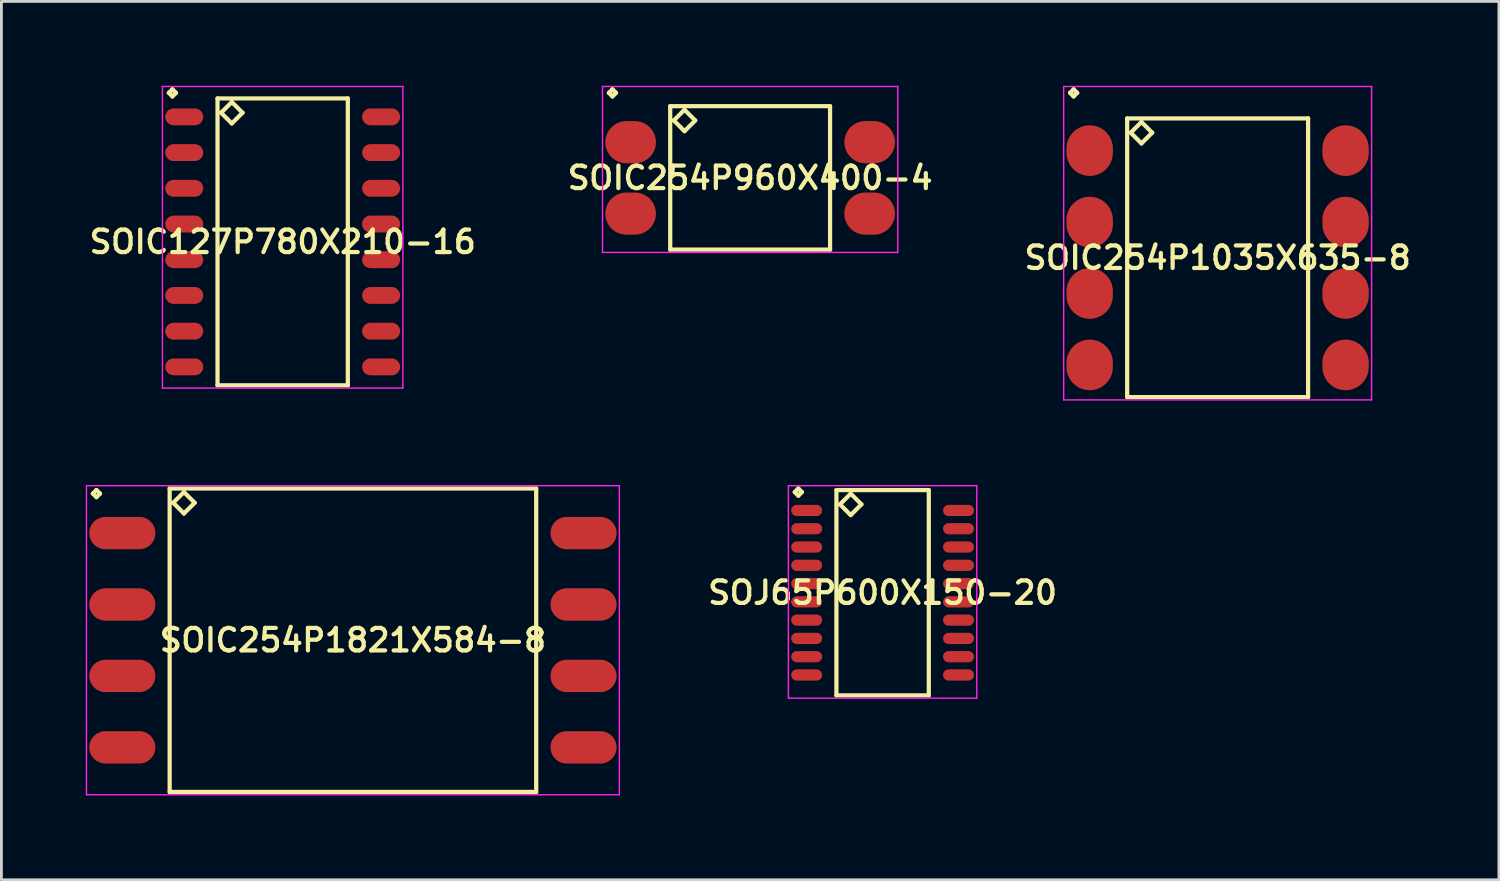
<source format=kicad_pcb>
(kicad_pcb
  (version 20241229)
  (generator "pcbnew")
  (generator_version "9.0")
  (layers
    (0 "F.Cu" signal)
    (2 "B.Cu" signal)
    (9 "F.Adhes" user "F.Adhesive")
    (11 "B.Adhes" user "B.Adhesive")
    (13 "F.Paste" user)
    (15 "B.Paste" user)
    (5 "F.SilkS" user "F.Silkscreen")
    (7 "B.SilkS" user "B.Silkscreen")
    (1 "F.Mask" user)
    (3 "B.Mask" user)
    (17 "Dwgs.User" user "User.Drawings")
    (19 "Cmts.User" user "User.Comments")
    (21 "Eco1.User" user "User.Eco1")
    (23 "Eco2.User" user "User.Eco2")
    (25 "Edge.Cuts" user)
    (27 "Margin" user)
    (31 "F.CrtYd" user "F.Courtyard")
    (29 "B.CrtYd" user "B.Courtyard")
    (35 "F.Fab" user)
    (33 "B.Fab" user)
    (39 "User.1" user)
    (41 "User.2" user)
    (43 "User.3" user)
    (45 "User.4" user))
  (footprint "SOJ65P600X150-20"
    (layer "F.Cu")
    (at 28.335 18.027)
    (property "Reference" "SOJ65P600X150-20" (at 0 0 0) (layer "F.SilkS") (effects (font (size 0.8 0.8) (thickness 0.15))))
    (attr smd)
    (fp_line (start -3.123 -3.579) (end -2.996 -3.706) (stroke (width 0.15) (type solid)) (layer "F.SilkS"))
    (fp_line (start -2.996 -3.706) (end -2.869 -3.579) (stroke (width 0.15) (type solid)) (layer "F.SilkS"))
    (fp_line (start -2.996 -3.452) (end -3.123 -3.579) (stroke (width 0.15) (type solid)) (layer "F.SilkS"))
    (fp_line (start -2.869 -3.579) (end -2.996 -3.452) (stroke (width 0.15) (type solid)) (layer "F.SilkS"))
    (fp_line (start -1.642 -3.65) (end -1.642 3.65) (stroke (width 0.15) (type solid)) (layer "F.SilkS"))
    (fp_line (start -1.642 3.65) (end 1.642 3.65) (stroke (width 0.15) (type solid)) (layer "F.SilkS"))
    (fp_line (start -1.515 -3.142) (end -1.134 -3.523) (stroke (width 0.15) (type solid)) (layer "F.SilkS"))
    (fp_line (start -1.134 -3.523) (end -0.753 -3.142) (stroke (width 0.15) (type solid)) (layer "F.SilkS"))
    (fp_line (start -1.134 -2.761) (end -1.515 -3.142) (stroke (width 0.15) (type solid)) (layer "F.SilkS"))
    (fp_line (start -0.753 -3.142) (end -1.134 -2.761) (stroke (width 0.15) (type solid)) (layer "F.SilkS"))
    (fp_line (start 1.642 -3.65) (end -1.642 -3.65) (stroke (width 0.15) (type solid)) (layer "F.SilkS"))
    (fp_line (start 1.642 3.65) (end 1.642 -3.65) (stroke (width 0.15) (type solid)) (layer "F.SilkS"))
    (fp_line (start -3.35 -3.806) (end 3.35 -3.806) (stroke (width 0.05) (type solid)) (layer "F.CrtYd"))
    (fp_line (start -3.35 3.75) (end -3.35 -3.806) (stroke (width 0.05) (type solid)) (layer "F.CrtYd"))
    (fp_line (start 3.35 -3.806) (end 3.35 3.75) (stroke (width 0.05) (type solid)) (layer "F.CrtYd"))
    (fp_line (start 3.35 3.75) (end -3.35 3.75) (stroke (width 0.05) (type solid)) (layer "F.CrtYd"))
    (pad "1" smd oval (at -2.7 -2.925) (size 1.1 0.4) (layers "F.Cu" "F.Mask" "F.Paste"))
    (pad "2" smd oval (at -2.7 -2.275) (size 1.1 0.4) (layers "F.Cu" "F.Mask" "F.Paste"))
    (pad "3" smd oval (at -2.7 -1.625) (size 1.1 0.4) (layers "F.Cu" "F.Mask" "F.Paste"))
    (pad "4" smd oval (at -2.7 -0.975) (size 1.1 0.4) (layers "F.Cu" "F.Mask" "F.Paste"))
    (pad "5" smd oval (at -2.7 -0.325) (size 1.1 0.4) (layers "F.Cu" "F.Mask" "F.Paste"))
    (pad "6" smd oval (at -2.7 0.325) (size 1.1 0.4) (layers "F.Cu" "F.Mask" "F.Paste"))
    (pad "7" smd oval (at -2.7 0.975) (size 1.1 0.4) (layers "F.Cu" "F.Mask" "F.Paste"))
    (pad "8" smd oval (at -2.7 1.625) (size 1.1 0.4) (layers "F.Cu" "F.Mask" "F.Paste"))
    (pad "9" smd oval (at -2.7 2.275) (size 1.1 0.4) (layers "F.Cu" "F.Mask" "F.Paste"))
    (pad "10" smd oval (at -2.7 2.925) (size 1.1 0.4) (layers "F.Cu" "F.Mask" "F.Paste"))
    (pad "11" smd oval (at 2.7 2.925) (size 1.1 0.4) (layers "F.Cu" "F.Mask" "F.Paste"))
    (pad "12" smd oval (at 2.7 2.275) (size 1.1 0.4) (layers "F.Cu" "F.Mask" "F.Paste"))
    (pad "13" smd oval (at 2.7 1.625) (size 1.1 0.4) (layers "F.Cu" "F.Mask" "F.Paste"))
    (pad "14" smd oval (at 2.7 0.975) (size 1.1 0.4) (layers "F.Cu" "F.Mask" "F.Paste"))
    (pad "15" smd oval (at 2.7 0.325) (size 1.1 0.4) (layers "F.Cu" "F.Mask" "F.Paste"))
    (pad "16" smd oval (at 2.7 -0.325) (size 1.1 0.4) (layers "F.Cu" "F.Mask" "F.Paste"))
    (pad "17" smd oval (at 2.7 -0.975) (size 1.1 0.4) (layers "F.Cu" "F.Mask" "F.Paste"))
    (pad "18" smd oval (at 2.7 -1.625) (size 1.1 0.4) (layers "F.Cu" "F.Mask" "F.Paste"))
    (pad "19" smd oval (at 2.7 -2.275) (size 1.1 0.4) (layers "F.Cu" "F.Mask" "F.Paste"))
    (pad "20" smd oval (at 2.7 -2.925) (size 1.1 0.4) (layers "F.Cu" "F.Mask" "F.Paste")))
  (footprint "SOIC254P1821X584-8"
    (layer "F.Cu")
    (at 9.5 19.716)
    (property "Reference" "SOIC254P1821X584-8" (at 0 0 0) (layer "F.SilkS") (effects (font (size 0.8 0.8) (thickness 0.15))))
    (attr smd)
    (fp_line (start -9.248 -5.214) (end -9.121 -5.341) (stroke (width 0.15) (type solid)) (layer "F.SilkS"))
    (fp_line (start -9.121 -5.341) (end -8.994 -5.214) (stroke (width 0.15) (type solid)) (layer "F.SilkS"))
    (fp_line (start -9.121 -5.087) (end -9.248 -5.214) (stroke (width 0.15) (type solid)) (layer "F.SilkS"))
    (fp_line (start -8.994 -5.214) (end -9.121 -5.087) (stroke (width 0.15) (type solid)) (layer "F.SilkS"))
    (fp_line (start -6.517 -5.395) (end -6.517 5.395) (stroke (width 0.15) (type solid)) (layer "F.SilkS"))
    (fp_line (start -6.517 5.395) (end 6.517 5.395) (stroke (width 0.15) (type solid)) (layer "F.SilkS"))
    (fp_line (start -6.39 -4.887) (end -6.009 -5.268) (stroke (width 0.15) (type solid)) (layer "F.SilkS"))
    (fp_line (start -6.009 -5.268) (end -5.628 -4.887) (stroke (width 0.15) (type solid)) (layer "F.SilkS"))
    (fp_line (start -6.009 -4.506) (end -6.39 -4.887) (stroke (width 0.15) (type solid)) (layer "F.SilkS"))
    (fp_line (start -5.628 -4.887) (end -6.009 -4.506) (stroke (width 0.15) (type solid)) (layer "F.SilkS"))
    (fp_line (start 6.517 -5.395) (end -6.517 -5.395) (stroke (width 0.15) (type solid)) (layer "F.SilkS"))
    (fp_line (start 6.517 5.395) (end 6.517 -5.395) (stroke (width 0.15) (type solid)) (layer "F.SilkS"))
    (fp_line (start -9.475 -5.495) (end 9.475 -5.495) (stroke (width 0.05) (type solid)) (layer "F.CrtYd"))
    (fp_line (start -9.475 5.495) (end -9.475 -5.495) (stroke (width 0.05) (type solid)) (layer "F.CrtYd"))
    (fp_line (start 9.475 -5.495) (end 9.475 5.495) (stroke (width 0.05) (type solid)) (layer "F.CrtYd"))
    (fp_line (start 9.475 5.495) (end -9.475 5.495) (stroke (width 0.05) (type solid)) (layer "F.CrtYd"))
    (pad "1" smd oval (at -8.2 -3.81) (size 2.35 1.15) (layers "F.Cu" "F.Mask" "F.Paste"))
    (pad "2" smd oval (at -8.2 -1.27) (size 2.35 1.15) (layers "F.Cu" "F.Mask" "F.Paste"))
    (pad "3" smd oval (at -8.2 1.27) (size 2.35 1.15) (layers "F.Cu" "F.Mask" "F.Paste"))
    (pad "4" smd oval (at -8.2 3.81) (size 2.35 1.15) (layers "F.Cu" "F.Mask" "F.Paste"))
    (pad "5" smd oval (at 8.2 3.81) (size 2.35 1.15) (layers "F.Cu" "F.Mask" "F.Paste"))
    (pad "6" smd oval (at 8.2 1.27) (size 2.35 1.15) (layers "F.Cu" "F.Mask" "F.Paste"))
    (pad "7" smd oval (at 8.2 -1.27) (size 2.35 1.15) (layers "F.Cu" "F.Mask" "F.Paste"))
    (pad "8" smd oval (at 8.2 -3.81) (size 2.35 1.15) (layers "F.Cu" "F.Mask" "F.Paste")))
  (footprint "SOIC254P960X400-4"
    (layer "F.Cu")
    (at 23.625 3.276)
    (property "Reference" "SOIC254P960X400-4" (at 0 0 0) (layer "F.SilkS") (effects (font (size 0.8 0.8) (thickness 0.15))))
    (attr smd)
    (fp_line (start -5.023 -3.024) (end -4.896 -3.151) (stroke (width 0.15) (type solid)) (layer "F.SilkS"))
    (fp_line (start -4.896 -3.151) (end -4.769 -3.024) (stroke (width 0.15) (type solid)) (layer "F.SilkS"))
    (fp_line (start -4.896 -2.897) (end -5.023 -3.024) (stroke (width 0.15) (type solid)) (layer "F.SilkS"))
    (fp_line (start -4.769 -3.024) (end -4.896 -2.897) (stroke (width 0.15) (type solid)) (layer "F.SilkS"))
    (fp_line (start -2.842 -2.55) (end -2.842 2.55) (stroke (width 0.15) (type solid)) (layer "F.SilkS"))
    (fp_line (start -2.842 2.55) (end 2.842 2.55) (stroke (width 0.15) (type solid)) (layer "F.SilkS"))
    (fp_line (start -2.715 -2.042) (end -2.334 -2.423) (stroke (width 0.15) (type solid)) (layer "F.SilkS"))
    (fp_line (start -2.334 -2.423) (end -1.953 -2.042) (stroke (width 0.15) (type solid)) (layer "F.SilkS"))
    (fp_line (start -2.334 -1.661) (end -2.715 -2.042) (stroke (width 0.15) (type solid)) (layer "F.SilkS"))
    (fp_line (start -1.953 -2.042) (end -2.334 -1.661) (stroke (width 0.15) (type solid)) (layer "F.SilkS"))
    (fp_line (start 2.842 -2.55) (end -2.842 -2.55) (stroke (width 0.15) (type solid)) (layer "F.SilkS"))
    (fp_line (start 2.842 2.55) (end 2.842 -2.55) (stroke (width 0.15) (type solid)) (layer "F.SilkS"))
    (fp_line (start -5.25 -3.251) (end 5.25 -3.251) (stroke (width 0.05) (type solid)) (layer "F.CrtYd"))
    (fp_line (start -5.25 2.65) (end -5.25 -3.251) (stroke (width 0.05) (type solid)) (layer "F.CrtYd"))
    (fp_line (start 5.25 -3.251) (end 5.25 2.65) (stroke (width 0.05) (type solid)) (layer "F.CrtYd"))
    (fp_line (start 5.25 2.65) (end -5.25 2.65) (stroke (width 0.05) (type solid)) (layer "F.CrtYd"))
    (pad "1" smd oval (at -4.25 -1.27) (size 1.8 1.5) (layers "F.Cu" "F.Mask" "F.Paste"))
    (pad "2" smd oval (at -4.25 1.27) (size 1.8 1.5) (layers "F.Cu" "F.Mask" "F.Paste"))
    (pad "3" smd oval (at 4.25 1.27) (size 1.8 1.5) (layers "F.Cu" "F.Mask" "F.Paste"))
    (pad "4" smd oval (at 4.25 -1.27) (size 1.8 1.5) (layers "F.Cu" "F.Mask" "F.Paste")))
  (footprint "SOIC254P1035X635-8"
    (layer "F.Cu")
    (at 40.249 6.116)
    (property "Reference" "SOIC254P1035X635-8" (at 0 0 0) (layer "F.SilkS") (effects (font (size 0.8 0.8) (thickness 0.15))))
    (attr smd)
    (fp_line (start -5.248 -5.864) (end -5.121 -5.991) (stroke (width 0.15) (type solid)) (layer "F.SilkS"))
    (fp_line (start -5.121 -5.991) (end -4.994 -5.864) (stroke (width 0.15) (type solid)) (layer "F.SilkS"))
    (fp_line (start -5.121 -5.737) (end -5.248 -5.864) (stroke (width 0.15) (type solid)) (layer "F.SilkS"))
    (fp_line (start -4.994 -5.864) (end -5.121 -5.737) (stroke (width 0.15) (type solid)) (layer "F.SilkS"))
    (fp_line (start -3.217 -4.955) (end -3.217 4.955) (stroke (width 0.15) (type solid)) (layer "F.SilkS"))
    (fp_line (start -3.217 4.955) (end 3.217 4.955) (stroke (width 0.15) (type solid)) (layer "F.SilkS"))
    (fp_line (start -3.09 -4.447) (end -2.709 -4.828) (stroke (width 0.15) (type solid)) (layer "F.SilkS"))
    (fp_line (start -2.709 -4.828) (end -2.328 -4.447) (stroke (width 0.15) (type solid)) (layer "F.SilkS"))
    (fp_line (start -2.709 -4.066) (end -3.09 -4.447) (stroke (width 0.15) (type solid)) (layer "F.SilkS"))
    (fp_line (start -2.328 -4.447) (end -2.709 -4.066) (stroke (width 0.15) (type solid)) (layer "F.SilkS"))
    (fp_line (start 3.217 -4.955) (end -3.217 -4.955) (stroke (width 0.15) (type solid)) (layer "F.SilkS"))
    (fp_line (start 3.217 4.955) (end 3.217 -4.955) (stroke (width 0.15) (type solid)) (layer "F.SilkS"))
    (fp_line (start -5.475 -6.091) (end 5.475 -6.091) (stroke (width 0.05) (type solid)) (layer "F.CrtYd"))
    (fp_line (start -5.475 5.055) (end -5.475 -6.091) (stroke (width 0.05) (type solid)) (layer "F.CrtYd"))
    (fp_line (start 5.475 -6.091) (end 5.475 5.055) (stroke (width 0.05) (type solid)) (layer "F.CrtYd"))
    (fp_line (start 5.475 5.055) (end -5.475 5.055) (stroke (width 0.05) (type solid)) (layer "F.CrtYd"))
    (pad "1" smd oval (at -4.55 -3.81) (size 1.65 1.8) (layers "F.Cu" "F.Mask" "F.Paste"))
    (pad "2" smd oval (at -4.55 -1.27) (size 1.65 1.8) (layers "F.Cu" "F.Mask" "F.Paste"))
    (pad "3" smd oval (at -4.55 1.27) (size 1.65 1.8) (layers "F.Cu" "F.Mask" "F.Paste"))
    (pad "4" smd oval (at -4.55 3.81) (size 1.65 1.8) (layers "F.Cu" "F.Mask" "F.Paste"))
    (pad "5" smd oval (at 4.55 3.81) (size 1.65 1.8) (layers "F.Cu" "F.Mask" "F.Paste"))
    (pad "6" smd oval (at 4.55 1.27) (size 1.65 1.8) (layers "F.Cu" "F.Mask" "F.Paste"))
    (pad "7" smd oval (at 4.55 -1.27) (size 1.65 1.8) (layers "F.Cu" "F.Mask" "F.Paste"))
    (pad "8" smd oval (at 4.55 -3.81) (size 1.65 1.8) (layers "F.Cu" "F.Mask" "F.Paste")))
  (footprint "SOIC127P780X210-16"
    (layer "F.Cu")
    (at 7.002 5.551)
    (property "Reference" "SOIC127P780X210-16" (at 0 0 0) (layer "F.SilkS") (effects (font (size 0.8 0.8) (thickness 0.15))))
    (attr smd)
    (fp_line (start -4.048 -5.299) (end -3.921 -5.426) (stroke (width 0.15) (type solid)) (layer "F.SilkS"))
    (fp_line (start -3.921 -5.426) (end -3.794 -5.299) (stroke (width 0.15) (type solid)) (layer "F.SilkS"))
    (fp_line (start -3.921 -5.172) (end -4.048 -5.299) (stroke (width 0.15) (type solid)) (layer "F.SilkS"))
    (fp_line (start -3.794 -5.299) (end -3.921 -5.172) (stroke (width 0.15) (type solid)) (layer "F.SilkS"))
    (fp_line (start -2.317 -5.1) (end -2.317 5.1) (stroke (width 0.15) (type solid)) (layer "F.SilkS"))
    (fp_line (start -2.317 5.1) (end 2.317 5.1) (stroke (width 0.15) (type solid)) (layer "F.SilkS"))
    (fp_line (start -2.19 -4.592) (end -1.809 -4.973) (stroke (width 0.15) (type solid)) (layer "F.SilkS"))
    (fp_line (start -1.809 -4.973) (end -1.428 -4.592) (stroke (width 0.15) (type solid)) (layer "F.SilkS"))
    (fp_line (start -1.809 -4.211) (end -2.19 -4.592) (stroke (width 0.15) (type solid)) (layer "F.SilkS"))
    (fp_line (start -1.428 -4.592) (end -1.809 -4.211) (stroke (width 0.15) (type solid)) (layer "F.SilkS"))
    (fp_line (start 2.317 -5.1) (end -2.317 -5.1) (stroke (width 0.15) (type solid)) (layer "F.SilkS"))
    (fp_line (start 2.317 5.1) (end 2.317 -5.1) (stroke (width 0.15) (type solid)) (layer "F.SilkS"))
    (fp_line (start -4.275 -5.526) (end 4.275 -5.526) (stroke (width 0.05) (type solid)) (layer "F.CrtYd"))
    (fp_line (start -4.275 5.2) (end -4.275 -5.526) (stroke (width 0.05) (type solid)) (layer "F.CrtYd"))
    (fp_line (start 4.275 -5.526) (end 4.275 5.2) (stroke (width 0.05) (type solid)) (layer "F.CrtYd"))
    (fp_line (start 4.275 5.2) (end -4.275 5.2) (stroke (width 0.05) (type solid)) (layer "F.CrtYd"))
    (pad "1" smd oval (at -3.5 -4.445) (size 1.35 0.6) (layers "F.Cu" "F.Mask" "F.Paste"))
    (pad "2" smd oval (at -3.5 -3.175) (size 1.35 0.6) (layers "F.Cu" "F.Mask" "F.Paste"))
    (pad "3" smd oval (at -3.5 -1.905) (size 1.35 0.6) (layers "F.Cu" "F.Mask" "F.Paste"))
    (pad "4" smd oval (at -3.5 -0.635) (size 1.35 0.6) (layers "F.Cu" "F.Mask" "F.Paste"))
    (pad "5" smd oval (at -3.5 0.635) (size 1.35 0.6) (layers "F.Cu" "F.Mask" "F.Paste"))
    (pad "6" smd oval (at -3.5 1.905) (size 1.35 0.6) (layers "F.Cu" "F.Mask" "F.Paste"))
    (pad "7" smd oval (at -3.5 3.175) (size 1.35 0.6) (layers "F.Cu" "F.Mask" "F.Paste"))
    (pad "8" smd oval (at -3.5 4.445) (size 1.35 0.6) (layers "F.Cu" "F.Mask" "F.Paste"))
    (pad "9" smd oval (at 3.5 4.445) (size 1.35 0.6) (layers "F.Cu" "F.Mask" "F.Paste"))
    (pad "10" smd oval (at 3.5 3.175) (size 1.35 0.6) (layers "F.Cu" "F.Mask" "F.Paste"))
    (pad "11" smd oval (at 3.5 1.905) (size 1.35 0.6) (layers "F.Cu" "F.Mask" "F.Paste"))
    (pad "12" smd oval (at 3.5 0.635) (size 1.35 0.6) (layers "F.Cu" "F.Mask" "F.Paste"))
    (pad "13" smd oval (at 3.5 -0.635) (size 1.35 0.6) (layers "F.Cu" "F.Mask" "F.Paste"))
    (pad "14" smd oval (at 3.5 -1.905) (size 1.35 0.6) (layers "F.Cu" "F.Mask" "F.Paste"))
    (pad "15" smd oval (at 3.5 -3.175) (size 1.35 0.6) (layers "F.Cu" "F.Mask" "F.Paste"))
    (pad "16" smd oval (at 3.5 -4.445) (size 1.35 0.6) (layers "F.Cu" "F.Mask" "F.Paste")))
  (gr_rect
    (start -3 -3)
    (end 50.251 28.236)
    (stroke (width 0.1) (type default))
    (fill no)
    (layer "Edge.Cuts")))
</source>
